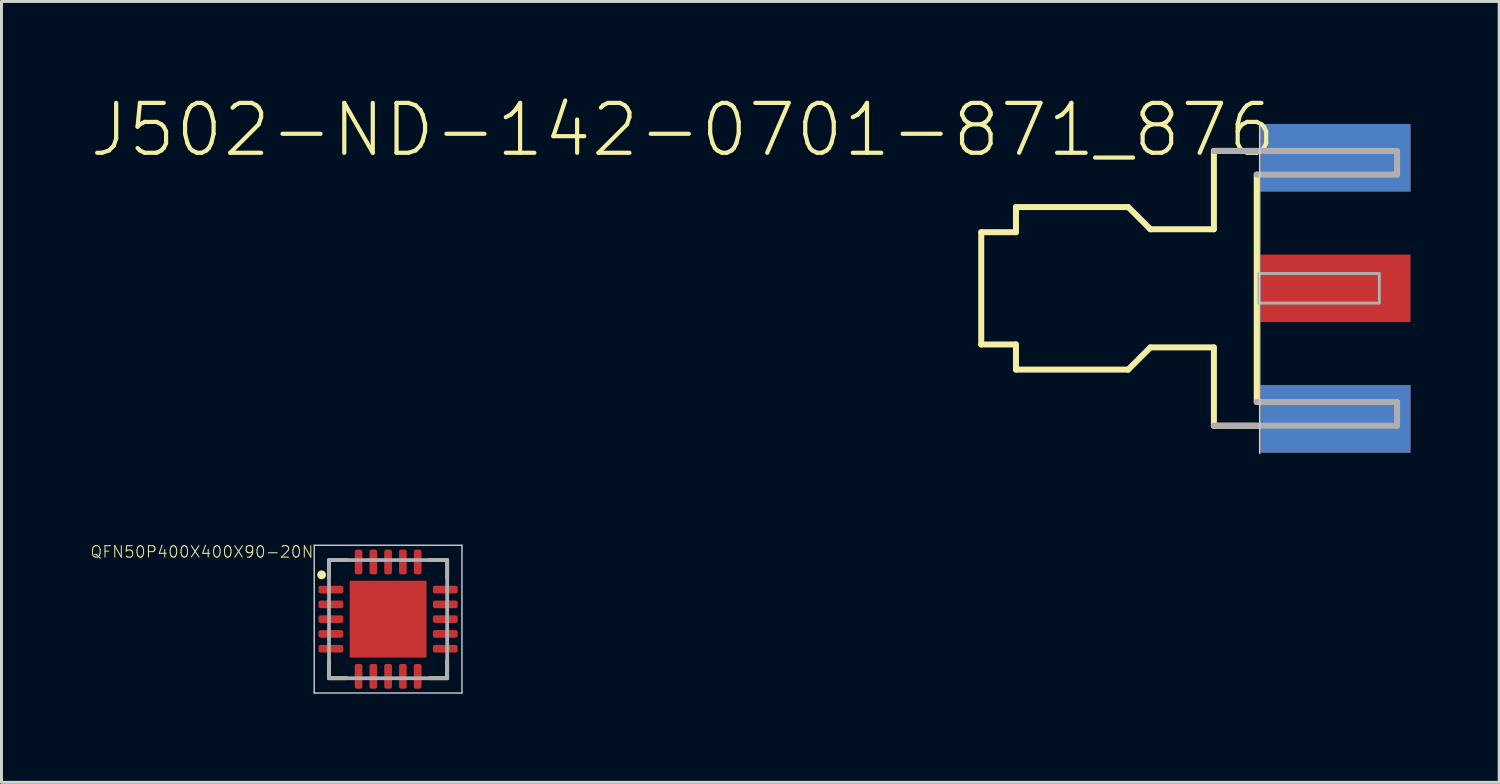
<source format=kicad_pcb>
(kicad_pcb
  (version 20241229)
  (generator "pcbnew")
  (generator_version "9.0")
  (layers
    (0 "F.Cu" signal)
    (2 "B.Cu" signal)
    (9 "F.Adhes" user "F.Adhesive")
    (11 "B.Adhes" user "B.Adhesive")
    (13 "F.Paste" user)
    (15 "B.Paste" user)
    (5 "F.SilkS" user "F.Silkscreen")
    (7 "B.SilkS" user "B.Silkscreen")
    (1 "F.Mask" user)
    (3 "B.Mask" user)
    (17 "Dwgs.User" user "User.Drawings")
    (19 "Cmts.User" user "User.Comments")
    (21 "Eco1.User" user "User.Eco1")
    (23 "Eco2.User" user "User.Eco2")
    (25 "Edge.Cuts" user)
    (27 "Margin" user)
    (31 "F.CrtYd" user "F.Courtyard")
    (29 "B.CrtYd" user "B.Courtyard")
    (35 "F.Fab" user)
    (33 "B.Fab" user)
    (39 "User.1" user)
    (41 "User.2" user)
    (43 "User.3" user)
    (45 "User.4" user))
  (footprint "QFN50P400X400X90-20N"
    (layer "F.Cu")
    (at 10.087 17.908)
    (property "Reference" "QFN50P400X400X90-20N" (at -2.503 -2.503 0) (layer "F.SilkS") (effects (font (size 0.386 0.386) (thickness 0.033)) (justify right top)))
    (attr through_hole)
    (fp_line (start -2 -2) (end -1.4 -2) (stroke (width 0.127) (type solid)) (layer "F.SilkS"))
    (fp_line (start -2 -1.4) (end -2 -2) (stroke (width 0.127) (type solid)) (layer "F.SilkS"))
    (fp_line (start -2 1.4) (end -2 2) (stroke (width 0.127) (type solid)) (layer "F.SilkS"))
    (fp_line (start -2 2) (end -1.4 2) (stroke (width 0.127) (type solid)) (layer "F.SilkS"))
    (fp_line (start 1.4 -2) (end 2 -2) (stroke (width 0.127) (type solid)) (layer "F.SilkS"))
    (fp_line (start 1.4 2) (end 2 2) (stroke (width 0.127) (type solid)) (layer "F.SilkS"))
    (fp_line (start 2 -2) (end 2 -1.4) (stroke (width 0.127) (type solid)) (layer "F.SilkS"))
    (fp_line (start 2 2) (end 2 1.4) (stroke (width 0.127) (type solid)) (layer "F.SilkS"))
    (fp_circle (center -2.25 -1.5) (end -2.175 -1.5) (stroke (width 0.15) (type solid)) (fill no) (layer "F.SilkS"))
    (fp_poly (pts (xy -0.126 -0.124) (xy -0.126 -1.046) (xy -1.046 -1.046) (xy -1.046 -0.124)) (stroke (width 0) (type solid)) (fill yes) (layer "F.Paste"))
    (fp_poly (pts (xy -0.125 0.125) (xy -1.048 0.125) (xy -1.048 1.048) (xy -0.125 1.048)) (stroke (width 0) (type solid)) (fill yes) (layer "F.Paste"))
    (fp_poly (pts (xy 0.124 0.126) (xy 0.124 1.046) (xy 1.046 1.046) (xy 1.046 0.126)) (stroke (width 0) (type solid)) (fill yes) (layer "F.Paste"))
    (fp_poly (pts (xy 0.125 -0.125) (xy 1.045 -0.125) (xy 1.045 -1.045) (xy 0.125 -1.045)) (stroke (width 0) (type solid)) (fill yes) (layer "F.Paste"))
    (fp_line (start -2.5 -2.5) (end -2.5 2.5) (stroke (width 0.05) (type solid)) (layer "Dwgs.User"))
    (fp_line (start -2.5 2.5) (end 2.5 2.5) (stroke (width 0.05) (type solid)) (layer "Dwgs.User"))
    (fp_line (start 2.5 -2.5) (end -2.5 -2.5) (stroke (width 0.05) (type solid)) (layer "Dwgs.User"))
    (fp_line (start 2.5 2.5) (end 2.5 -2.5) (stroke (width 0.05) (type solid)) (layer "Dwgs.User"))
    (fp_line (start -2 -2) (end -2 2) (stroke (width 0.127) (type solid)) (layer "F.Fab"))
    (fp_line (start -2 2) (end 2 2) (stroke (width 0.127) (type solid)) (layer "F.Fab"))
    (fp_line (start 2 -2) (end -2 -2) (stroke (width 0.127) (type solid)) (layer "F.Fab"))
    (fp_line (start 2 2) (end 2 -2) (stroke (width 0.127) (type solid)) (layer "F.Fab"))
    (pad "1" smd roundrect (at -1.935 -1 90) (size 0.26 0.84) (layers "F.Cu" "F.Mask" "F.Paste") (roundrect_rratio 0.27))
    (pad "2" smd roundrect (at -1.935 -0.5 90) (size 0.26 0.84) (layers "F.Cu" "F.Mask" "F.Paste") (roundrect_rratio 0.27))
    (pad "3" smd roundrect (at -1.935 0 90) (size 0.26 0.84) (layers "F.Cu" "F.Mask" "F.Paste") (roundrect_rratio 0.27))
    (pad "4" smd roundrect (at -1.935 0.5 90) (size 0.26 0.84) (layers "F.Cu" "F.Mask" "F.Paste") (roundrect_rratio 0.27))
    (pad "5" smd roundrect (at -1.935 1 90) (size 0.26 0.84) (layers "F.Cu" "F.Mask" "F.Paste") (roundrect_rratio 0.27))
    (pad "6" smd roundrect (at -1 1.935 180) (size 0.26 0.84) (layers "F.Cu" "F.Mask" "F.Paste") (roundrect_rratio 0.27))
    (pad "7" smd roundrect (at -0.5 1.935 180) (size 0.26 0.84) (layers "F.Cu" "F.Mask" "F.Paste") (roundrect_rratio 0.27))
    (pad "8" smd roundrect (at 0 1.935 180) (size 0.26 0.84) (layers "F.Cu" "F.Mask" "F.Paste") (roundrect_rratio 0.27))
    (pad "9" smd roundrect (at 0.5 1.935 180) (size 0.26 0.84) (layers "F.Cu" "F.Mask" "F.Paste") (roundrect_rratio 0.27))
    (pad "10" smd roundrect (at 1 1.935 180) (size 0.26 0.84) (layers "F.Cu" "F.Mask" "F.Paste") (roundrect_rratio 0.27))
    (pad "11" smd roundrect (at 1.935 1 270) (size 0.26 0.84) (layers "F.Cu" "F.Mask" "F.Paste") (roundrect_rratio 0.27))
    (pad "12" smd roundrect (at 1.935 0.5 270) (size 0.26 0.84) (layers "F.Cu" "F.Mask" "F.Paste") (roundrect_rratio 0.27))
    (pad "13" smd roundrect (at 1.935 0 270) (size 0.26 0.84) (layers "F.Cu" "F.Mask" "F.Paste") (roundrect_rratio 0.27))
    (pad "14" smd roundrect (at 1.935 -0.5 270) (size 0.26 0.84) (layers "F.Cu" "F.Mask" "F.Paste") (roundrect_rratio 0.27))
    (pad "15" smd roundrect (at 1.935 -1 270) (size 0.26 0.84) (layers "F.Cu" "F.Mask" "F.Paste") (roundrect_rratio 0.27))
    (pad "16" smd roundrect (at 1 -1.935) (size 0.26 0.84) (layers "F.Cu" "F.Mask" "F.Paste") (roundrect_rratio 0.27))
    (pad "17" smd roundrect (at 0.5 -1.935) (size 0.26 0.84) (layers "F.Cu" "F.Mask" "F.Paste") (roundrect_rratio 0.27))
    (pad "18" smd roundrect (at 0 -1.935) (size 0.26 0.84) (layers "F.Cu" "F.Mask" "F.Paste") (roundrect_rratio 0.27))
    (pad "19" smd roundrect (at -0.5 -1.935) (size 0.26 0.84) (layers "F.Cu" "F.Mask" "F.Paste") (roundrect_rratio 0.27))
    (pad "20" smd roundrect (at -1 -1.935) (size 0.26 0.84) (layers "F.Cu" "F.Mask" "F.Paste") (roundrect_rratio 0.27))
    (pad "21" smd rect (at 0 0) (size 2.6 2.6) (layers "F.Cu" "F.Mask")))
  (footprint "J502-ND-142-0701-871_876"
    (layer "F.Cu")
    (at 39.59 6.71)
    (property "Reference" "J502-ND-142-0701-871_876" (at 0.635 -6.35 0) (layer "F.SilkS") (effects (font (size 1.689 1.689) (thickness 0.142)) (justify right top)))
    (attr through_hole)
    (fp_line (start -9.425 -1.9) (end -8.25 -1.9) (stroke (width 0.203) (type solid)) (layer "F.SilkS"))
    (fp_line (start -9.425 1.9) (end -9.425 -1.9) (stroke (width 0.203) (type solid)) (layer "F.SilkS"))
    (fp_line (start -8.25 -2.75) (end -4.45 -2.75) (stroke (width 0.203) (type solid)) (layer "F.SilkS"))
    (fp_line (start -8.25 -1.9) (end -8.25 -2.75) (stroke (width 0.203) (type solid)) (layer "F.SilkS"))
    (fp_line (start -8.25 1.9) (end -9.425 1.9) (stroke (width 0.203) (type solid)) (layer "F.SilkS"))
    (fp_line (start -8.25 2.75) (end -8.25 1.9) (stroke (width 0.203) (type solid)) (layer "F.SilkS"))
    (fp_line (start -4.45 -2.75) (end -3.7 -2) (stroke (width 0.203) (type solid)) (layer "F.SilkS"))
    (fp_line (start -4.45 2.75) (end -8.25 2.75) (stroke (width 0.203) (type solid)) (layer "F.SilkS"))
    (fp_line (start -3.7 -2) (end -1.55 -2) (stroke (width 0.203) (type solid)) (layer "F.SilkS"))
    (fp_line (start -3.7 2) (end -4.45 2.75) (stroke (width 0.203) (type solid)) (layer "F.SilkS"))
    (fp_line (start -1.55 -4.65) (end -0.1 -4.65) (stroke (width 0.203) (type solid)) (layer "F.SilkS"))
    (fp_line (start -1.55 -2) (end -1.55 -4.65) (stroke (width 0.203) (type solid)) (layer "F.SilkS"))
    (fp_line (start -1.55 2) (end -3.7 2) (stroke (width 0.203) (type solid)) (layer "F.SilkS"))
    (fp_line (start -1.55 4.65) (end -1.55 2) (stroke (width 0.203) (type solid)) (layer "F.SilkS"))
    (fp_line (start -0.1 3.85) (end -0.1 -3.85) (stroke (width 0.203) (type solid)) (layer "F.SilkS"))
    (fp_line (start -0.1 4.65) (end -1.55 4.65) (stroke (width 0.203) (type solid)) (layer "F.SilkS"))
    (fp_line (start 0 -5.588) (end 0 5.588) (stroke (width 0.05) (type solid)) (layer "Edge.Cuts"))
    (fp_line (start -1.55 -4.65) (end 4.65 -4.65) (stroke (width 0.203) (type solid)) (layer "F.Fab"))
    (fp_line (start -0.1 -3.85) (end 4.65 -3.85) (stroke (width 0.203) (type solid)) (layer "F.Fab"))
    (fp_line (start 4.65 -3.85) (end 4.65 -4.65) (stroke (width 0.203) (type solid)) (layer "F.Fab"))
    (fp_line (start 4.65 3.85) (end -0.1 3.85) (stroke (width 0.203) (type solid)) (layer "F.Fab"))
    (fp_line (start 4.65 4.65) (end -1.55 4.65) (stroke (width 0.203) (type solid)) (layer "F.Fab"))
    (fp_line (start 4.65 4.65) (end 4.65 3.85) (stroke (width 0.203) (type solid)) (layer "F.Fab"))
    (fp_poly (pts (xy -0.025 0.5) (xy 4.05 0.5) (xy 4.05 -0.5) (xy -0.025 -0.5)) (stroke (width 0.1) (type solid)) (fill no) (layer "F.Fab"))
    (pad "1" smd rect (at 2.565 0) (size 5.08 2.286) (layers "F.Cu" "F.Mask" "F.Paste"))
    (pad "G@1" smd rect (at 2.565 -4.42) (size 5.08 2.286) (layers "F.Cu" "F.Mask" "F.Paste"))
    (pad "G@2" smd rect (at 2.565 4.42) (size 5.08 2.286) (layers "F.Cu" "F.Mask" "F.Paste"))
    (pad "G@3" smd rect (at 2.565 -4.42) (size 5.08 2.286) (layers "B.Cu" "B.Mask" "B.Paste"))
    (pad "G@4" smd rect (at 2.565 4.42) (size 5.08 2.286) (layers "B.Cu" "B.Mask" "B.Paste")))
  (gr_rect
    (start -3 -3)
    (end 47.696 23.433)
    (stroke (width 0.1) (type default))
    (fill no)
    (layer "Edge.Cuts")))
</source>
